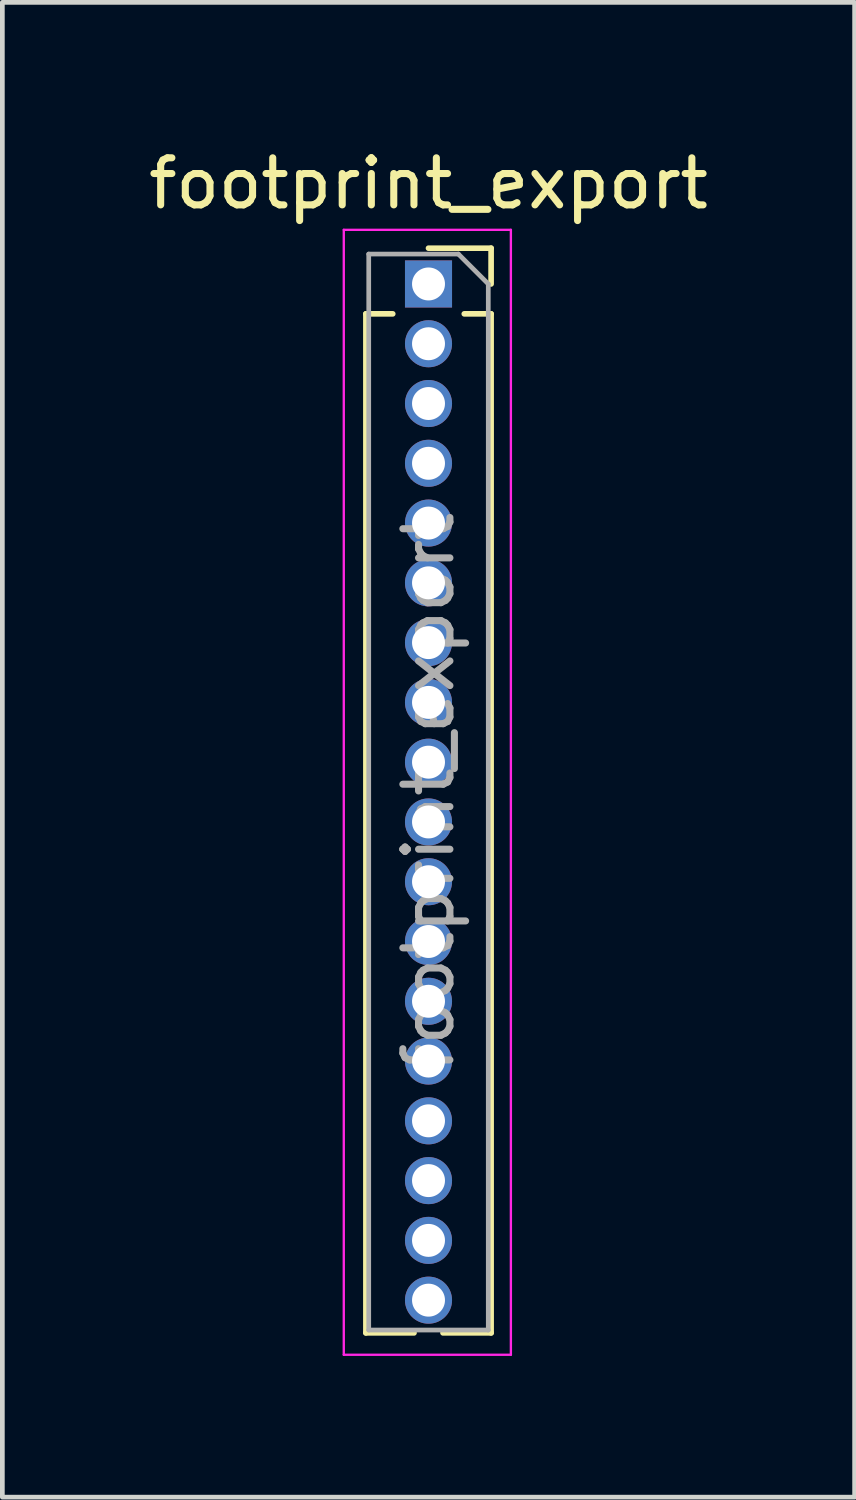
<source format=kicad_pcb>
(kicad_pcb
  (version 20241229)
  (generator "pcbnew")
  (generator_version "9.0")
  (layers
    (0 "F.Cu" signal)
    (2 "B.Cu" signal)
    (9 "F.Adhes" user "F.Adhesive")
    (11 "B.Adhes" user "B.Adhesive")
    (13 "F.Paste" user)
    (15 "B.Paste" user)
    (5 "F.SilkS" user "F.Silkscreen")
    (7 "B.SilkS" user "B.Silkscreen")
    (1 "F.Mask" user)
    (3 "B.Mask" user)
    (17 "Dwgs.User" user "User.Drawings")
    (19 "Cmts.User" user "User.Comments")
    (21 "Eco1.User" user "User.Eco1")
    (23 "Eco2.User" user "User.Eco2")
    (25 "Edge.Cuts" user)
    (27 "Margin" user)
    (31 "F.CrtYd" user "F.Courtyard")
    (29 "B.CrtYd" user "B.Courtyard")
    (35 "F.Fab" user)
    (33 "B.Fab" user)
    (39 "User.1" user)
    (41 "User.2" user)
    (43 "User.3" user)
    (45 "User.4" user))
  (footprint "footprint_export"
    (layer "F.Cu")
    (at 6.054 2.983)
    (property "Reference" "footprint_export" (at 0 -2.135 0) (layer "F.SilkS") (effects (font (size 1 1) (thickness 0.15))))
    (attr through_hole)
    (fp_line (start -1.33 0.635) (end -1.33 22.285) (stroke (width 0.12) (type solid)) (layer "F.SilkS"))
    (fp_line (start -1.33 0.635) (end -0.76 0.635) (stroke (width 0.12) (type solid)) (layer "F.SilkS"))
    (fp_line (start -1.33 22.285) (end -0.308 22.285) (stroke (width 0.12) (type solid)) (layer "F.SilkS"))
    (fp_line (start 0 -0.76) (end 1.33 -0.76) (stroke (width 0.12) (type solid)) (layer "F.SilkS"))
    (fp_line (start 0.308 22.285) (end 1.33 22.285) (stroke (width 0.12) (type solid)) (layer "F.SilkS"))
    (fp_line (start 0.76 0.635) (end 1.33 0.635) (stroke (width 0.12) (type solid)) (layer "F.SilkS"))
    (fp_line (start 1.33 -0.76) (end 1.33 0) (stroke (width 0.12) (type solid)) (layer "F.SilkS"))
    (fp_line (start 1.33 0.635) (end 1.33 22.285) (stroke (width 0.12) (type solid)) (layer "F.SilkS"))
    (fp_line (start -1.8 -1.15) (end 1.75 -1.15) (stroke (width 0.05) (type solid)) (layer "F.CrtYd"))
    (fp_line (start -1.8 22.75) (end -1.8 -1.15) (stroke (width 0.05) (type solid)) (layer "F.CrtYd"))
    (fp_line (start 1.75 -1.15) (end 1.75 22.75) (stroke (width 0.05) (type solid)) (layer "F.CrtYd"))
    (fp_line (start 1.75 22.75) (end -1.8 22.75) (stroke (width 0.05) (type solid)) (layer "F.CrtYd"))
    (fp_line (start -1.27 -0.635) (end 0.635 -0.635) (stroke (width 0.1) (type solid)) (layer "F.Fab"))
    (fp_line (start -1.27 22.225) (end -1.27 -0.635) (stroke (width 0.1) (type solid)) (layer "F.Fab"))
    (fp_line (start 0.635 -0.635) (end 1.27 0) (stroke (width 0.1) (type solid)) (layer "F.Fab"))
    (fp_line (start 1.27 0) (end 1.27 22.225) (stroke (width 0.1) (type solid)) (layer "F.Fab"))
    (fp_line (start 1.27 22.225) (end -1.27 22.225) (stroke (width 0.1) (type solid)) (layer "F.Fab"))
    (fp_text user "${REFERENCE}" (at 0 10.795 90) (layer "F.Fab") (effects (font (size 1 1) (thickness 0.15))))
    (pad "1" thru_hole rect (at 0 0) (size 1 1) (drill 0.7) (layers "*.Cu" "*.Mask"))
    (pad "2" thru_hole oval (at 0 1.27) (size 1 1) (drill 0.7) (layers "*.Cu" "*.Mask"))
    (pad "3" thru_hole oval (at 0 2.54) (size 1 1) (drill 0.7) (layers "*.Cu" "*.Mask"))
    (pad "4" thru_hole oval (at 0 3.81) (size 1 1) (drill 0.7) (layers "*.Cu" "*.Mask"))
    (pad "5" thru_hole oval (at 0 5.08) (size 1 1) (drill 0.7) (layers "*.Cu" "*.Mask"))
    (pad "6" thru_hole oval (at 0 6.35) (size 1 1) (drill 0.7) (layers "*.Cu" "*.Mask"))
    (pad "7" thru_hole oval (at 0 7.62) (size 1 1) (drill 0.7) (layers "*.Cu" "*.Mask"))
    (pad "8" thru_hole oval (at 0 8.89) (size 1 1) (drill 0.7) (layers "*.Cu" "*.Mask"))
    (pad "9" thru_hole oval (at 0 10.16) (size 1 1) (drill 0.7) (layers "*.Cu" "*.Mask"))
    (pad "10" thru_hole oval (at 0 11.43) (size 1 1) (drill 0.7) (layers "*.Cu" "*.Mask"))
    (pad "11" thru_hole oval (at 0 12.7) (size 1 1) (drill 0.7) (layers "*.Cu" "*.Mask"))
    (pad "12" thru_hole oval (at 0 13.97) (size 1 1) (drill 0.7) (layers "*.Cu" "*.Mask"))
    (pad "13" thru_hole oval (at 0 15.24) (size 1 1) (drill 0.7) (layers "*.Cu" "*.Mask"))
    (pad "14" thru_hole oval (at 0 16.51) (size 1 1) (drill 0.7) (layers "*.Cu" "*.Mask"))
    (pad "15" thru_hole oval (at 0 17.78) (size 1 1) (drill 0.7) (layers "*.Cu" "*.Mask"))
    (pad "16" thru_hole oval (at 0 19.05) (size 1 1) (drill 0.7) (layers "*.Cu" "*.Mask"))
    (pad "17" thru_hole oval (at 0 20.32) (size 1 1) (drill 0.7) (layers "*.Cu" "*.Mask"))
    (pad "18" thru_hole oval (at 0 21.59) (size 1 1) (drill 0.7) (layers "*.Cu" "*.Mask")))
  (gr_rect
    (start -3 -3)
    (end 15.107 28.758)
    (stroke (width 0.1) (type default))
    (fill no)
    (layer "Edge.Cuts")))
</source>
